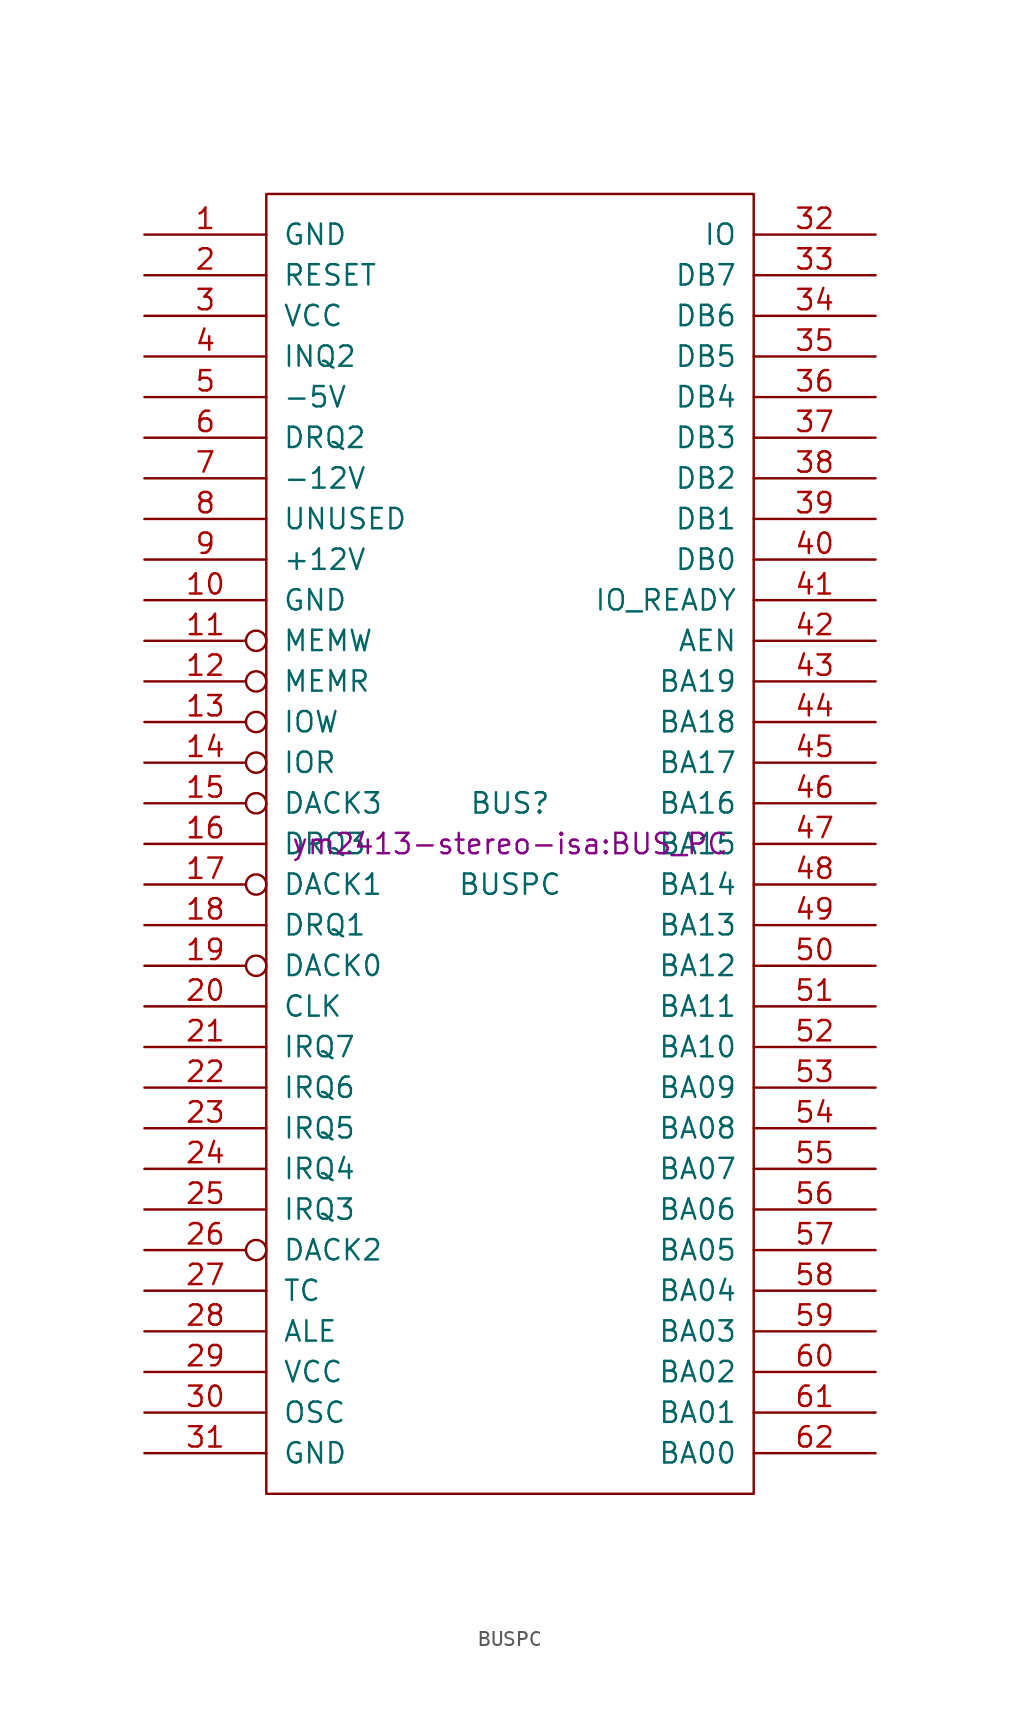
<source format=kicad_sym>
(kicad_symbol_lib
  (version 20211014)
  (generator kicad_symbol_editor)
  (symbol "BUSPC"
    (pin_names
      (offset 1.016))
    (property "Reference" "BUS"
      (at 0 2.54 0)
      (effects (font (size 1.27 1.27))))
    (property "Value" "BUSPC"
      (at 0 -2.54 0)
      (effects (font (size 1.27 1.27))))
    (property "Footprint" "ym2413-stereo-isa:BUS_PC"
      (at 0 0 0)
      (effects (font (size 1.27 1.27))))
    (property "Datasheet" ""
      (at 0 0 0)
      (effects (font (size 1.27 1.27))))
    (symbol "BUSPC_0_1"
      (rectangle (start -15.24 -40.64) (end 15.24 40.64) (stroke (width 0) (type default) (color 0 0 0 0)) (fill (type none))))
    (symbol "BUSPC_1_1"
      (pin passive line (at -22.86 38.1 0) (length 7.62) (name "GND" (effects (font (size 1.27 1.27)))) (number "1" (effects (font (size 1.27 1.27)))))
      (pin passive line (at -22.86 15.24 0) (length 7.62) (name "GND" (effects (font (size 1.27 1.27)))) (number "10" (effects (font (size 1.27 1.27)))))
      (pin output inverted (at -22.86 12.7 0) (length 7.62) (name "MEMW" (effects (font (size 1.27 1.27)))) (number "11" (effects (font (size 1.27 1.27)))))
      (pin output inverted (at -22.86 10.16 0) (length 7.62) (name "MEMR" (effects (font (size 1.27 1.27)))) (number "12" (effects (font (size 1.27 1.27)))))
      (pin output inverted (at -22.86 7.62 0) (length 7.62) (name "IOW" (effects (font (size 1.27 1.27)))) (number "13" (effects (font (size 1.27 1.27)))))
      (pin output inverted (at -22.86 5.08 0) (length 7.62) (name "IOR" (effects (font (size 1.27 1.27)))) (number "14" (effects (font (size 1.27 1.27)))))
      (pin passive inverted (at -22.86 2.54 0) (length 7.62) (name "DACK3" (effects (font (size 1.27 1.27)))) (number "15" (effects (font (size 1.27 1.27)))))
      (pin passive line (at -22.86 0 0) (length 7.62) (name "DRQ3" (effects (font (size 1.27 1.27)))) (number "16" (effects (font (size 1.27 1.27)))))
      (pin passive inverted (at -22.86 -2.54 0) (length 7.62) (name "DACK1" (effects (font (size 1.27 1.27)))) (number "17" (effects (font (size 1.27 1.27)))))
      (pin passive line (at -22.86 -5.08 0) (length 7.62) (name "DRQ1" (effects (font (size 1.27 1.27)))) (number "18" (effects (font (size 1.27 1.27)))))
      (pin passive inverted (at -22.86 -7.62 0) (length 7.62) (name "DACK0" (effects (font (size 1.27 1.27)))) (number "19" (effects (font (size 1.27 1.27)))))
      (pin output line (at -22.86 35.56 0) (length 7.62) (name "RESET" (effects (font (size 1.27 1.27)))) (number "2" (effects (font (size 1.27 1.27)))))
      (pin output line (at -22.86 -10.16 0) (length 7.62) (name "CLK" (effects (font (size 1.27 1.27)))) (number "20" (effects (font (size 1.27 1.27)))))
      (pin passive line (at -22.86 -12.7 0) (length 7.62) (name "IRQ7" (effects (font (size 1.27 1.27)))) (number "21" (effects (font (size 1.27 1.27)))))
      (pin passive line (at -22.86 -15.24 0) (length 7.62) (name "IRQ6" (effects (font (size 1.27 1.27)))) (number "22" (effects (font (size 1.27 1.27)))))
      (pin passive line (at -22.86 -17.78 0) (length 7.62) (name "IRQ5" (effects (font (size 1.27 1.27)))) (number "23" (effects (font (size 1.27 1.27)))))
      (pin passive line (at -22.86 -20.32 0) (length 7.62) (name "IRQ4" (effects (font (size 1.27 1.27)))) (number "24" (effects (font (size 1.27 1.27)))))
      (pin passive line (at -22.86 -22.86 0) (length 7.62) (name "IRQ3" (effects (font (size 1.27 1.27)))) (number "25" (effects (font (size 1.27 1.27)))))
      (pin passive inverted (at -22.86 -25.4 0) (length 7.62) (name "DACK2" (effects (font (size 1.27 1.27)))) (number "26" (effects (font (size 1.27 1.27)))))
      (pin passive line (at -22.86 -27.94 0) (length 7.62) (name "TC" (effects (font (size 1.27 1.27)))) (number "27" (effects (font (size 1.27 1.27)))))
      (pin output line (at -22.86 -30.48 0) (length 7.62) (name "ALE" (effects (font (size 1.27 1.27)))) (number "28" (effects (font (size 1.27 1.27)))))
      (pin passive line (at -22.86 -33.02 0) (length 7.62) (name "VCC" (effects (font (size 1.27 1.27)))) (number "29" (effects (font (size 1.27 1.27)))))
      (pin passive line (at -22.86 33.02 0) (length 7.62) (name "VCC" (effects (font (size 1.27 1.27)))) (number "3" (effects (font (size 1.27 1.27)))))
      (pin output line (at -22.86 -35.56 0) (length 7.62) (name "OSC" (effects (font (size 1.27 1.27)))) (number "30" (effects (font (size 1.27 1.27)))))
      (pin passive line (at -22.86 -38.1 0) (length 7.62) (name "GND" (effects (font (size 1.27 1.27)))) (number "31" (effects (font (size 1.27 1.27)))))
      (pin passive line (at 22.86 38.1 180) (length 7.62) (name "IO" (effects (font (size 1.27 1.27)))) (number "32" (effects (font (size 1.27 1.27)))))
      (pin tri_state line (at 22.86 35.56 180) (length 7.62) (name "DB7" (effects (font (size 1.27 1.27)))) (number "33" (effects (font (size 1.27 1.27)))))
      (pin tri_state line (at 22.86 33.02 180) (length 7.62) (name "DB6" (effects (font (size 1.27 1.27)))) (number "34" (effects (font (size 1.27 1.27)))))
      (pin tri_state line (at 22.86 30.48 180) (length 7.62) (name "DB5" (effects (font (size 1.27 1.27)))) (number "35" (effects (font (size 1.27 1.27)))))
      (pin tri_state line (at 22.86 27.94 180) (length 7.62) (name "DB4" (effects (font (size 1.27 1.27)))) (number "36" (effects (font (size 1.27 1.27)))))
      (pin tri_state line (at 22.86 25.4 180) (length 7.62) (name "DB3" (effects (font (size 1.27 1.27)))) (number "37" (effects (font (size 1.27 1.27)))))
      (pin tri_state line (at 22.86 22.86 180) (length 7.62) (name "DB2" (effects (font (size 1.27 1.27)))) (number "38" (effects (font (size 1.27 1.27)))))
      (pin tri_state line (at 22.86 20.32 180) (length 7.62) (name "DB1" (effects (font (size 1.27 1.27)))) (number "39" (effects (font (size 1.27 1.27)))))
      (pin passive line (at -22.86 30.48 0) (length 7.62) (name "INQ2" (effects (font (size 1.27 1.27)))) (number "4" (effects (font (size 1.27 1.27)))))
      (pin tri_state line (at 22.86 17.78 180) (length 7.62) (name "DB0" (effects (font (size 1.27 1.27)))) (number "40" (effects (font (size 1.27 1.27)))))
      (pin passive line (at 22.86 15.24 180) (length 7.62) (name "IO_READY" (effects (font (size 1.27 1.27)))) (number "41" (effects (font (size 1.27 1.27)))))
      (pin output line (at 22.86 12.7 180) (length 7.62) (name "AEN" (effects (font (size 1.27 1.27)))) (number "42" (effects (font (size 1.27 1.27)))))
      (pin tri_state line (at 22.86 10.16 180) (length 7.62) (name "BA19" (effects (font (size 1.27 1.27)))) (number "43" (effects (font (size 1.27 1.27)))))
      (pin tri_state line (at 22.86 7.62 180) (length 7.62) (name "BA18" (effects (font (size 1.27 1.27)))) (number "44" (effects (font (size 1.27 1.27)))))
      (pin tri_state line (at 22.86 5.08 180) (length 7.62) (name "BA17" (effects (font (size 1.27 1.27)))) (number "45" (effects (font (size 1.27 1.27)))))
      (pin tri_state line (at 22.86 2.54 180) (length 7.62) (name "BA16" (effects (font (size 1.27 1.27)))) (number "46" (effects (font (size 1.27 1.27)))))
      (pin tri_state line (at 22.86 0 180) (length 7.62) (name "BA15" (effects (font (size 1.27 1.27)))) (number "47" (effects (font (size 1.27 1.27)))))
      (pin tri_state line (at 22.86 -2.54 180) (length 7.62) (name "BA14" (effects (font (size 1.27 1.27)))) (number "48" (effects (font (size 1.27 1.27)))))
      (pin tri_state line (at 22.86 -5.08 180) (length 7.62) (name "BA13" (effects (font (size 1.27 1.27)))) (number "49" (effects (font (size 1.27 1.27)))))
      (pin passive line (at -22.86 27.94 0) (length 7.62) (name "-5V" (effects (font (size 1.27 1.27)))) (number "5" (effects (font (size 1.27 1.27)))))
      (pin tri_state line (at 22.86 -7.62 180) (length 7.62) (name "BA12" (effects (font (size 1.27 1.27)))) (number "50" (effects (font (size 1.27 1.27)))))
      (pin tri_state line (at 22.86 -10.16 180) (length 7.62) (name "BA11" (effects (font (size 1.27 1.27)))) (number "51" (effects (font (size 1.27 1.27)))))
      (pin tri_state line (at 22.86 -12.7 180) (length 7.62) (name "BA10" (effects (font (size 1.27 1.27)))) (number "52" (effects (font (size 1.27 1.27)))))
      (pin tri_state line (at 22.86 -15.24 180) (length 7.62) (name "BA09" (effects (font (size 1.27 1.27)))) (number "53" (effects (font (size 1.27 1.27)))))
      (pin tri_state line (at 22.86 -17.78 180) (length 7.62) (name "BA08" (effects (font (size 1.27 1.27)))) (number "54" (effects (font (size 1.27 1.27)))))
      (pin tri_state line (at 22.86 -20.32 180) (length 7.62) (name "BA07" (effects (font (size 1.27 1.27)))) (number "55" (effects (font (size 1.27 1.27)))))
      (pin tri_state line (at 22.86 -22.86 180) (length 7.62) (name "BA06" (effects (font (size 1.27 1.27)))) (number "56" (effects (font (size 1.27 1.27)))))
      (pin tri_state line (at 22.86 -25.4 180) (length 7.62) (name "BA05" (effects (font (size 1.27 1.27)))) (number "57" (effects (font (size 1.27 1.27)))))
      (pin tri_state line (at 22.86 -27.94 180) (length 7.62) (name "BA04" (effects (font (size 1.27 1.27)))) (number "58" (effects (font (size 1.27 1.27)))))
      (pin tri_state line (at 22.86 -30.48 180) (length 7.62) (name "BA03" (effects (font (size 1.27 1.27)))) (number "59" (effects (font (size 1.27 1.27)))))
      (pin passive line (at -22.86 25.4 0) (length 7.62) (name "DRQ2" (effects (font (size 1.27 1.27)))) (number "6" (effects (font (size 1.27 1.27)))))
      (pin tri_state line (at 22.86 -33.02 180) (length 7.62) (name "BA02" (effects (font (size 1.27 1.27)))) (number "60" (effects (font (size 1.27 1.27)))))
      (pin tri_state line (at 22.86 -35.56 180) (length 7.62) (name "BA01" (effects (font (size 1.27 1.27)))) (number "61" (effects (font (size 1.27 1.27)))))
      (pin tri_state line (at 22.86 -38.1 180) (length 7.62) (name "BA00" (effects (font (size 1.27 1.27)))) (number "62" (effects (font (size 1.27 1.27)))))
      (pin passive line (at -22.86 22.86 0) (length 7.62) (name "-12V" (effects (font (size 1.27 1.27)))) (number "7" (effects (font (size 1.27 1.27)))))
      (pin passive line (at -22.86 20.32 0) (length 7.62) (name "UNUSED" (effects (font (size 1.27 1.27)))) (number "8" (effects (font (size 1.27 1.27)))))
      (pin passive line (at -22.86 17.78 0) (length 7.62) (name "+12V" (effects (font (size 1.27 1.27)))) (number "9" (effects (font (size 1.27 1.27))))))))
</source>
